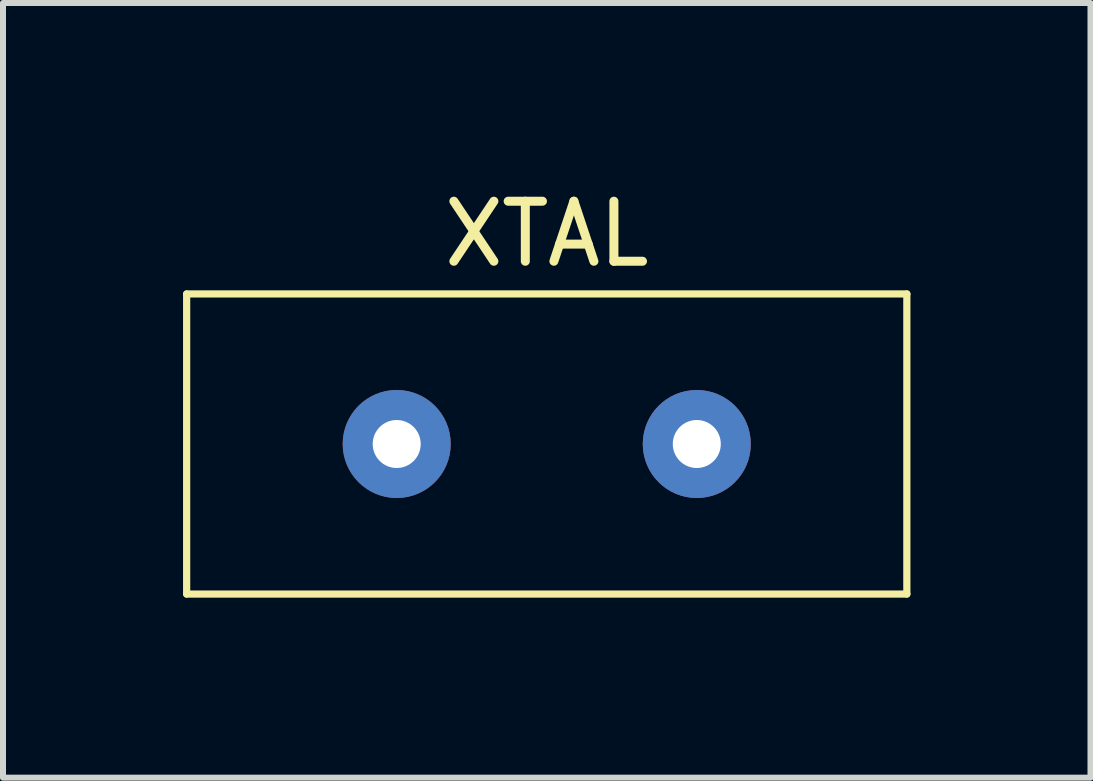
<source format=kicad_pcb>
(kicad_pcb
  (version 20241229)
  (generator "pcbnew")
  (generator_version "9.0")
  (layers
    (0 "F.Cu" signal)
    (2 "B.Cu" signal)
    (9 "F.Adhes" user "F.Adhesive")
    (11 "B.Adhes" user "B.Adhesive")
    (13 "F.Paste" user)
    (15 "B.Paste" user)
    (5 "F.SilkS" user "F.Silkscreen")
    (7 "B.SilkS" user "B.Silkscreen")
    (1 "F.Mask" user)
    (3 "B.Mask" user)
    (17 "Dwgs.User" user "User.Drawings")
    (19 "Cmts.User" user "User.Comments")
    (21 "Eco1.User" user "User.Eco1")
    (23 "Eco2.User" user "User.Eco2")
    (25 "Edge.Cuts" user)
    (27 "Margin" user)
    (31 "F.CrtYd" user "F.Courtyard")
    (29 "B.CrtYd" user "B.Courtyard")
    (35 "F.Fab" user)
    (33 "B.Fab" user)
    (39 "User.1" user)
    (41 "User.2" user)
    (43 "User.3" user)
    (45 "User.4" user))
  (footprint "XTAL"
    (layer "F.Cu")
    (at 6.06 4.348)
    (property "Reference" "XTAL" (at 0 -3.5 0) (layer "F.SilkS") (effects (font (size 1 1) (thickness 0.15))))
    (attr through_hole)
    (fp_line (start -6 -2.5) (end 6 -2.5) (stroke (width 0.12) (type solid)) (layer "F.SilkS"))
    (fp_line (start -6 2.5) (end -6 -2.5) (stroke (width 0.12) (type solid)) (layer "F.SilkS"))
    (fp_line (start 6 -2.5) (end 6 2.5) (stroke (width 0.12) (type solid)) (layer "F.SilkS"))
    (fp_line (start 6 2.5) (end -6 2.5) (stroke (width 0.12) (type solid)) (layer "F.SilkS"))
    (pad "1" thru_hole circle (at -2.5 0) (size 1.8 1.8) (drill 0.8) (layers "*.Cu" "*.Mask"))
    (pad "2" thru_hole circle (at 2.5 0) (size 1.8 1.8) (drill 0.8) (layers "*.Cu" "*.Mask")))
  (gr_rect
    (start -3 -3)
    (end 15.12 9.908)
    (stroke (width 0.1) (type default))
    (fill no)
    (layer "Edge.Cuts")))
</source>
